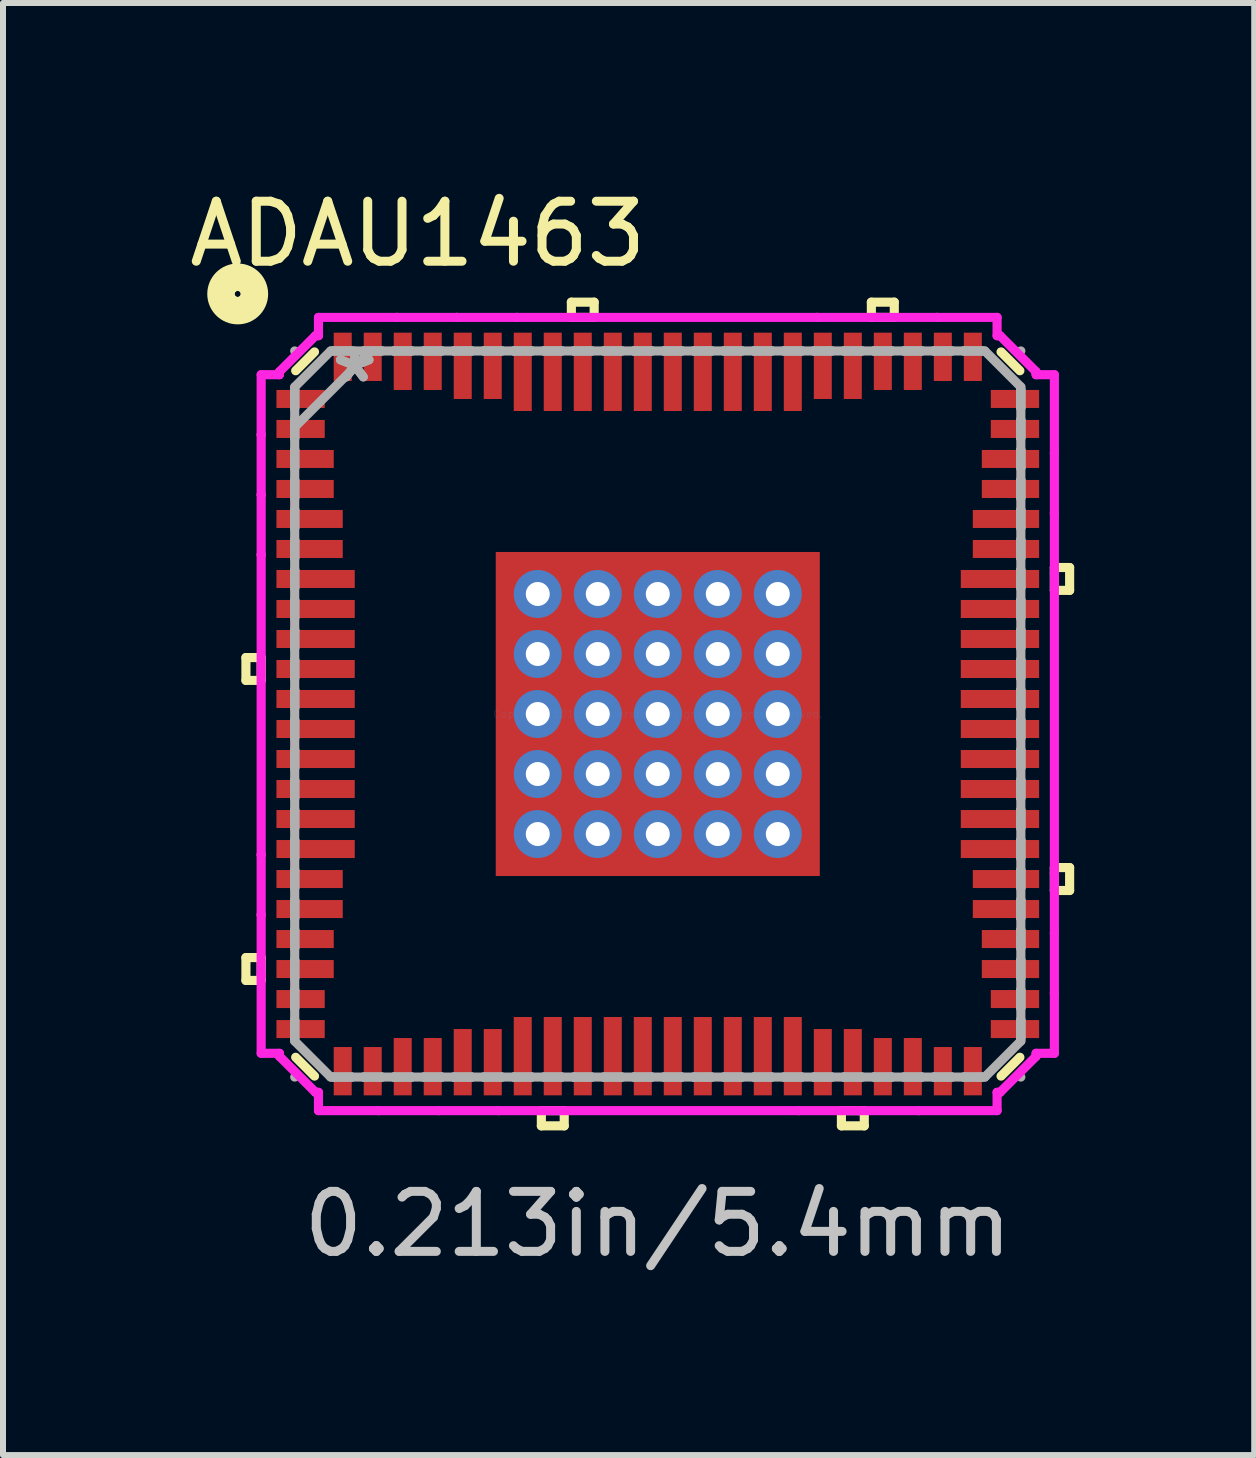
<source format=kicad_pcb>
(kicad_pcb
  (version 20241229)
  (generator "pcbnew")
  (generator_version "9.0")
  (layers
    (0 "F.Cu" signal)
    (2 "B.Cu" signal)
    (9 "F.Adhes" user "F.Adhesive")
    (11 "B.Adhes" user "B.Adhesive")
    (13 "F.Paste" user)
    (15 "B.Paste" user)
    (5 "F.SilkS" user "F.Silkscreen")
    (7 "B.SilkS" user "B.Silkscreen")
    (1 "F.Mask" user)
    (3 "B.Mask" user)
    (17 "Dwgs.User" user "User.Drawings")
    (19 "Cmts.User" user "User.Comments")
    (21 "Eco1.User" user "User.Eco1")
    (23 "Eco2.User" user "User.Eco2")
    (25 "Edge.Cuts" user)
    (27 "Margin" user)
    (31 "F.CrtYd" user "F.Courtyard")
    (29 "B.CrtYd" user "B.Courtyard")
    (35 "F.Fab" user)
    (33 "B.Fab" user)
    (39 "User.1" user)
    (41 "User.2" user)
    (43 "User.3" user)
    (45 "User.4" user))
  (footprint "ADAU1463"
    (layer "F.Cu")
    (at 7.911 8.848)
    (property "Reference" "ADAU1463" (at -4 -8 0) (layer "F.SilkS") (effects (font (size 1 1) (thickness 0.15))))
    (attr through_hole)
    (fp_line (start -6.863 -0.941) (end -6.863 -0.56) (stroke (width 0.152) (type solid)) (layer "F.SilkS"))
    (fp_line (start -6.863 -0.56) (end -6.609 -0.56) (stroke (width 0.152) (type solid)) (layer "F.SilkS"))
    (fp_line (start -6.863 4.059) (end -6.863 4.44) (stroke (width 0.152) (type solid)) (layer "F.SilkS"))
    (fp_line (start -6.863 4.44) (end -6.609 4.44) (stroke (width 0.152) (type solid)) (layer "F.SilkS"))
    (fp_line (start -6.609 -0.941) (end -6.863 -0.941) (stroke (width 0.152) (type solid)) (layer "F.SilkS"))
    (fp_line (start -6.609 -0.56) (end -6.609 -0.941) (stroke (width 0.152) (type solid)) (layer "F.SilkS"))
    (fp_line (start -6.609 4.059) (end -6.863 4.059) (stroke (width 0.152) (type solid)) (layer "F.SilkS"))
    (fp_line (start -6.609 4.44) (end -6.609 4.059) (stroke (width 0.152) (type solid)) (layer "F.SilkS"))
    (fp_line (start -6.034 -5.72) (end -5.72 -6.034) (stroke (width 0.152) (type solid)) (layer "F.SilkS"))
    (fp_line (start -6.034 5.72) (end -5.72 6.034) (stroke (width 0.152) (type solid)) (layer "F.SilkS"))
    (fp_line (start -1.94 6.609) (end -1.94 6.863) (stroke (width 0.152) (type solid)) (layer "F.SilkS"))
    (fp_line (start -1.94 6.863) (end -1.559 6.863) (stroke (width 0.152) (type solid)) (layer "F.SilkS"))
    (fp_line (start -1.559 6.609) (end -1.94 6.609) (stroke (width 0.152) (type solid)) (layer "F.SilkS"))
    (fp_line (start -1.559 6.863) (end -1.559 6.609) (stroke (width 0.152) (type solid)) (layer "F.SilkS"))
    (fp_line (start -1.44 -6.863) (end -1.06 -6.863) (stroke (width 0.152) (type solid)) (layer "F.SilkS"))
    (fp_line (start -1.44 -6.609) (end -1.44 -6.863) (stroke (width 0.152) (type solid)) (layer "F.SilkS"))
    (fp_line (start -1.06 -6.863) (end -1.06 -6.609) (stroke (width 0.152) (type solid)) (layer "F.SilkS"))
    (fp_line (start -1.06 -6.609) (end -1.44 -6.609) (stroke (width 0.152) (type solid)) (layer "F.SilkS"))
    (fp_line (start 3.06 6.609) (end 3.06 6.863) (stroke (width 0.152) (type solid)) (layer "F.SilkS"))
    (fp_line (start 3.06 6.863) (end 3.441 6.863) (stroke (width 0.152) (type solid)) (layer "F.SilkS"))
    (fp_line (start 3.441 6.609) (end 3.06 6.609) (stroke (width 0.152) (type solid)) (layer "F.SilkS"))
    (fp_line (start 3.441 6.863) (end 3.441 6.609) (stroke (width 0.152) (type solid)) (layer "F.SilkS"))
    (fp_line (start 3.559 -6.863) (end 3.941 -6.863) (stroke (width 0.152) (type solid)) (layer "F.SilkS"))
    (fp_line (start 3.559 -6.609) (end 3.559 -6.863) (stroke (width 0.152) (type solid)) (layer "F.SilkS"))
    (fp_line (start 3.941 -6.863) (end 3.941 -6.609) (stroke (width 0.152) (type solid)) (layer "F.SilkS"))
    (fp_line (start 3.941 -6.609) (end 3.559 -6.609) (stroke (width 0.152) (type solid)) (layer "F.SilkS"))
    (fp_line (start 5.72 -6.034) (end 6.034 -5.72) (stroke (width 0.152) (type solid)) (layer "F.SilkS"))
    (fp_line (start 5.72 6.034) (end 6.034 5.72) (stroke (width 0.152) (type solid)) (layer "F.SilkS"))
    (fp_line (start 6.609 -2.441) (end 6.863 -2.441) (stroke (width 0.152) (type solid)) (layer "F.SilkS"))
    (fp_line (start 6.609 -2.06) (end 6.609 -2.441) (stroke (width 0.152) (type solid)) (layer "F.SilkS"))
    (fp_line (start 6.609 2.559) (end 6.863 2.559) (stroke (width 0.152) (type solid)) (layer "F.SilkS"))
    (fp_line (start 6.609 2.941) (end 6.609 2.559) (stroke (width 0.152) (type solid)) (layer "F.SilkS"))
    (fp_line (start 6.863 -2.441) (end 6.863 -2.06) (stroke (width 0.152) (type solid)) (layer "F.SilkS"))
    (fp_line (start 6.863 -2.06) (end 6.609 -2.06) (stroke (width 0.152) (type solid)) (layer "F.SilkS"))
    (fp_line (start 6.863 2.559) (end 6.863 2.941) (stroke (width 0.152) (type solid)) (layer "F.SilkS"))
    (fp_line (start 6.863 2.941) (end 6.609 2.941) (stroke (width 0.152) (type solid)) (layer "F.SilkS"))
    (fp_circle (center -7 -7) (end -6.95 -7) (stroke (width 0.12) (type solid)) (fill no) (layer "F.SilkS"))
    (fp_circle (center -7 -7) (end -6.9 -6.95) (stroke (width 0.12) (type solid)) (fill no) (layer "F.SilkS"))
    (fp_circle (center -7 -7) (end -6.85 -6.9) (stroke (width 0.12) (type solid)) (fill no) (layer "F.SilkS"))
    (fp_circle (center -7 -7) (end -6.8 -6.85) (stroke (width 0.12) (type solid)) (fill no) (layer "F.SilkS"))
    (fp_circle (center -7 -7) (end -6.75 -6.85) (stroke (width 0.12) (type solid)) (fill no) (layer "F.SilkS"))
    (fp_circle (center -7 -7) (end -6.7 -6.8) (stroke (width 0.12) (type solid)) (fill no) (layer "F.SilkS"))
    (fp_circle (center -7 -7) (end -6.6 -6.8) (stroke (width 0.12) (type solid)) (fill no) (layer "F.SilkS"))
    (fp_line (start -2.6 -2.6) (end -2.6 -1.45) (stroke (width 0.152) (type solid)) (layer "F.Paste"))
    (fp_line (start -2.6 -1.45) (end -1.45 -1.45) (stroke (width 0.152) (type solid)) (layer "F.Paste"))
    (fp_line (start -2.6 -1.25) (end -2.6 -0.1) (stroke (width 0.152) (type solid)) (layer "F.Paste"))
    (fp_line (start -2.6 -0.1) (end -1.45 -0.1) (stroke (width 0.152) (type solid)) (layer "F.Paste"))
    (fp_line (start -2.6 0.1) (end -2.6 1.25) (stroke (width 0.152) (type solid)) (layer "F.Paste"))
    (fp_line (start -2.6 1.25) (end -1.45 1.25) (stroke (width 0.152) (type solid)) (layer "F.Paste"))
    (fp_line (start -2.6 1.45) (end -2.6 2.6) (stroke (width 0.152) (type solid)) (layer "F.Paste"))
    (fp_line (start -2.6 2.6) (end -1.45 2.6) (stroke (width 0.152) (type solid)) (layer "F.Paste"))
    (fp_line (start -1.45 -2.6) (end -2.6 -2.6) (stroke (width 0.152) (type solid)) (layer "F.Paste"))
    (fp_line (start -1.45 -1.45) (end -1.45 -2.6) (stroke (width 0.152) (type solid)) (layer "F.Paste"))
    (fp_line (start -1.45 -1.25) (end -2.6 -1.25) (stroke (width 0.152) (type solid)) (layer "F.Paste"))
    (fp_line (start -1.45 -0.1) (end -1.45 -1.25) (stroke (width 0.152) (type solid)) (layer "F.Paste"))
    (fp_line (start -1.45 0.1) (end -2.6 0.1) (stroke (width 0.152) (type solid)) (layer "F.Paste"))
    (fp_line (start -1.45 1.25) (end -1.45 0.1) (stroke (width 0.152) (type solid)) (layer "F.Paste"))
    (fp_line (start -1.45 1.45) (end -2.6 1.45) (stroke (width 0.152) (type solid)) (layer "F.Paste"))
    (fp_line (start -1.45 2.6) (end -1.45 1.45) (stroke (width 0.152) (type solid)) (layer "F.Paste"))
    (fp_line (start -1.25 -2.6) (end -1.25 -1.45) (stroke (width 0.152) (type solid)) (layer "F.Paste"))
    (fp_line (start -1.25 -1.45) (end -0.1 -1.45) (stroke (width 0.152) (type solid)) (layer "F.Paste"))
    (fp_line (start -1.25 -1.25) (end -1.25 -0.1) (stroke (width 0.152) (type solid)) (layer "F.Paste"))
    (fp_line (start -1.25 -0.1) (end -0.1 -0.1) (stroke (width 0.152) (type solid)) (layer "F.Paste"))
    (fp_line (start -1.25 0.1) (end -1.25 1.25) (stroke (width 0.152) (type solid)) (layer "F.Paste"))
    (fp_line (start -1.25 1.25) (end -0.1 1.25) (stroke (width 0.152) (type solid)) (layer "F.Paste"))
    (fp_line (start -1.25 1.45) (end -1.25 2.6) (stroke (width 0.152) (type solid)) (layer "F.Paste"))
    (fp_line (start -1.25 2.6) (end -0.1 2.6) (stroke (width 0.152) (type solid)) (layer "F.Paste"))
    (fp_line (start -0.1 -2.6) (end -1.25 -2.6) (stroke (width 0.152) (type solid)) (layer "F.Paste"))
    (fp_line (start -0.1 -1.45) (end -0.1 -2.6) (stroke (width 0.152) (type solid)) (layer "F.Paste"))
    (fp_line (start -0.1 -1.25) (end -1.25 -1.25) (stroke (width 0.152) (type solid)) (layer "F.Paste"))
    (fp_line (start -0.1 -0.1) (end -0.1 -1.25) (stroke (width 0.152) (type solid)) (layer "F.Paste"))
    (fp_line (start -0.1 0.1) (end -1.25 0.1) (stroke (width 0.152) (type solid)) (layer "F.Paste"))
    (fp_line (start -0.1 1.25) (end -0.1 0.1) (stroke (width 0.152) (type solid)) (layer "F.Paste"))
    (fp_line (start -0.1 1.45) (end -1.25 1.45) (stroke (width 0.152) (type solid)) (layer "F.Paste"))
    (fp_line (start -0.1 2.6) (end -0.1 1.45) (stroke (width 0.152) (type solid)) (layer "F.Paste"))
    (fp_line (start 0.1 -2.6) (end 0.1 -1.45) (stroke (width 0.152) (type solid)) (layer "F.Paste"))
    (fp_line (start 0.1 -1.45) (end 1.25 -1.45) (stroke (width 0.152) (type solid)) (layer "F.Paste"))
    (fp_line (start 0.1 -1.25) (end 0.1 -0.1) (stroke (width 0.152) (type solid)) (layer "F.Paste"))
    (fp_line (start 0.1 -0.1) (end 1.25 -0.1) (stroke (width 0.152) (type solid)) (layer "F.Paste"))
    (fp_line (start 0.1 0.1) (end 0.1 1.25) (stroke (width 0.152) (type solid)) (layer "F.Paste"))
    (fp_line (start 0.1 1.25) (end 1.25 1.25) (stroke (width 0.152) (type solid)) (layer "F.Paste"))
    (fp_line (start 0.1 1.45) (end 0.1 2.6) (stroke (width 0.152) (type solid)) (layer "F.Paste"))
    (fp_line (start 0.1 2.6) (end 1.25 2.6) (stroke (width 0.152) (type solid)) (layer "F.Paste"))
    (fp_line (start 1.25 -2.6) (end 0.1 -2.6) (stroke (width 0.152) (type solid)) (layer "F.Paste"))
    (fp_line (start 1.25 -1.45) (end 1.25 -2.6) (stroke (width 0.152) (type solid)) (layer "F.Paste"))
    (fp_line (start 1.25 -1.25) (end 0.1 -1.25) (stroke (width 0.152) (type solid)) (layer "F.Paste"))
    (fp_line (start 1.25 -0.1) (end 1.25 -1.25) (stroke (width 0.152) (type solid)) (layer "F.Paste"))
    (fp_line (start 1.25 0.1) (end 0.1 0.1) (stroke (width 0.152) (type solid)) (layer "F.Paste"))
    (fp_line (start 1.25 1.25) (end 1.25 0.1) (stroke (width 0.152) (type solid)) (layer "F.Paste"))
    (fp_line (start 1.25 1.45) (end 0.1 1.45) (stroke (width 0.152) (type solid)) (layer "F.Paste"))
    (fp_line (start 1.25 2.6) (end 1.25 1.45) (stroke (width 0.152) (type solid)) (layer "F.Paste"))
    (fp_line (start 1.45 -2.6) (end 1.45 -1.45) (stroke (width 0.152) (type solid)) (layer "F.Paste"))
    (fp_line (start 1.45 -1.45) (end 2.6 -1.45) (stroke (width 0.152) (type solid)) (layer "F.Paste"))
    (fp_line (start 1.45 -1.25) (end 1.45 -0.1) (stroke (width 0.152) (type solid)) (layer "F.Paste"))
    (fp_line (start 1.45 -0.1) (end 2.6 -0.1) (stroke (width 0.152) (type solid)) (layer "F.Paste"))
    (fp_line (start 1.45 0.1) (end 1.45 1.25) (stroke (width 0.152) (type solid)) (layer "F.Paste"))
    (fp_line (start 1.45 1.25) (end 2.6 1.25) (stroke (width 0.152) (type solid)) (layer "F.Paste"))
    (fp_line (start 1.45 1.45) (end 1.45 2.6) (stroke (width 0.152) (type solid)) (layer "F.Paste"))
    (fp_line (start 1.45 2.6) (end 2.6 2.6) (stroke (width 0.152) (type solid)) (layer "F.Paste"))
    (fp_line (start 2.6 -2.6) (end 1.45 -2.6) (stroke (width 0.152) (type solid)) (layer "F.Paste"))
    (fp_line (start 2.6 -1.45) (end 2.6 -2.6) (stroke (width 0.152) (type solid)) (layer "F.Paste"))
    (fp_line (start 2.6 -1.25) (end 1.45 -1.25) (stroke (width 0.152) (type solid)) (layer "F.Paste"))
    (fp_line (start 2.6 -0.1) (end 2.6 -1.25) (stroke (width 0.152) (type solid)) (layer "F.Paste"))
    (fp_line (start 2.6 0.1) (end 1.45 0.1) (stroke (width 0.152) (type solid)) (layer "F.Paste"))
    (fp_line (start 2.6 1.25) (end 2.6 0.1) (stroke (width 0.152) (type solid)) (layer "F.Paste"))
    (fp_line (start 2.6 1.45) (end 1.45 1.45) (stroke (width 0.152) (type solid)) (layer "F.Paste"))
    (fp_line (start 2.6 2.6) (end 2.6 1.45) (stroke (width 0.152) (type solid)) (layer "F.Paste"))
    (fp_line (start -6.609 -3.654) (end -6.609 -2.654) (stroke (width 0.152) (type solid)) (layer "F.CrtYd"))
    (fp_line (start -6.609 -2.654) (end -6.609 -2.654) (stroke (width 0.152) (type solid)) (layer "F.CrtYd"))
    (fp_line (start -6.609 2.346) (end -6.609 3.346) (stroke (width 0.152) (type solid)) (layer "F.CrtYd"))
    (fp_line (start -6.609 3.346) (end -6.609 3.346) (stroke (width 0.152) (type solid)) (layer "F.CrtYd"))
    (fp_line (start -6.609 -5.654) (end -6.609 -4.654) (stroke (width 0.152) (type solid)) (layer "F.CrtYd"))
    (fp_line (start -6.609 -4.654) (end -6.609 -4.654) (stroke (width 0.152) (type solid)) (layer "F.CrtYd"))
    (fp_line (start -6.609 -2.654) (end -6.609 2.346) (stroke (width 0.152) (type solid)) (layer "F.CrtYd"))
    (fp_line (start -6.609 2.346) (end -6.609 2.346) (stroke (width 0.152) (type solid)) (layer "F.CrtYd"))
    (fp_line (start -6.609 4.346) (end -6.609 5.654) (stroke (width 0.152) (type solid)) (layer "F.CrtYd"))
    (fp_line (start -6.609 5.654) (end -6.304 5.654) (stroke (width 0.152) (type solid)) (layer "F.CrtYd"))
    (fp_line (start -6.609 -4.654) (end -6.609 -3.654) (stroke (width 0.152) (type solid)) (layer "F.CrtYd"))
    (fp_line (start -6.609 -3.654) (end -6.609 -3.654) (stroke (width 0.152) (type solid)) (layer "F.CrtYd"))
    (fp_line (start -6.609 3.346) (end -6.609 4.346) (stroke (width 0.152) (type solid)) (layer "F.CrtYd"))
    (fp_line (start -6.609 4.346) (end -6.609 4.346) (stroke (width 0.152) (type solid)) (layer "F.CrtYd"))
    (fp_line (start -6.304 -5.704) (end -6.304 -5.654) (stroke (width 0.152) (type solid)) (layer "F.CrtYd"))
    (fp_line (start -6.304 -5.654) (end -6.609 -5.654) (stroke (width 0.152) (type solid)) (layer "F.CrtYd"))
    (fp_line (start -6.304 5.654) (end -6.304 5.704) (stroke (width 0.152) (type solid)) (layer "F.CrtYd"))
    (fp_line (start -6.304 5.704) (end -5.704 6.304) (stroke (width 0.152) (type solid)) (layer "F.CrtYd"))
    (fp_line (start -5.704 -6.304) (end -6.304 -5.704) (stroke (width 0.152) (type solid)) (layer "F.CrtYd"))
    (fp_line (start -5.704 6.304) (end -5.654 6.304) (stroke (width 0.152) (type solid)) (layer "F.CrtYd"))
    (fp_line (start -5.654 -6.609) (end -5.654 -6.304) (stroke (width 0.152) (type solid)) (layer "F.CrtYd"))
    (fp_line (start -5.654 -6.304) (end -5.704 -6.304) (stroke (width 0.152) (type solid)) (layer "F.CrtYd"))
    (fp_line (start -5.654 6.304) (end -5.654 6.609) (stroke (width 0.152) (type solid)) (layer "F.CrtYd"))
    (fp_line (start -5.654 6.609) (end -4.654 6.609) (stroke (width 0.152) (type solid)) (layer "F.CrtYd"))
    (fp_line (start -4.654 6.609) (end -3.654 6.609) (stroke (width 0.152) (type solid)) (layer "F.CrtYd"))
    (fp_line (start -4.654 6.609) (end -4.654 6.609) (stroke (width 0.152) (type solid)) (layer "F.CrtYd"))
    (fp_line (start -4.346 -6.609) (end -5.654 -6.609) (stroke (width 0.152) (type solid)) (layer "F.CrtYd"))
    (fp_line (start -4.346 -6.609) (end -4.346 -6.609) (stroke (width 0.152) (type solid)) (layer "F.CrtYd"))
    (fp_line (start -3.654 6.609) (end -3.654 6.609) (stroke (width 0.152) (type solid)) (layer "F.CrtYd"))
    (fp_line (start -3.654 6.609) (end -2.654 6.609) (stroke (width 0.152) (type solid)) (layer "F.CrtYd"))
    (fp_line (start -3.346 -6.609) (end -3.346 -6.609) (stroke (width 0.152) (type solid)) (layer "F.CrtYd"))
    (fp_line (start -3.346 -6.609) (end -4.346 -6.609) (stroke (width 0.152) (type solid)) (layer "F.CrtYd"))
    (fp_line (start -2.654 6.609) (end 2.346 6.609) (stroke (width 0.152) (type solid)) (layer "F.CrtYd"))
    (fp_line (start -2.654 6.609) (end -2.654 6.609) (stroke (width 0.152) (type solid)) (layer "F.CrtYd"))
    (fp_line (start -2.346 -6.609) (end -3.346 -6.609) (stroke (width 0.152) (type solid)) (layer "F.CrtYd"))
    (fp_line (start -2.346 -6.609) (end -2.346 -6.609) (stroke (width 0.152) (type solid)) (layer "F.CrtYd"))
    (fp_line (start 2.346 6.609) (end 2.346 6.609) (stroke (width 0.152) (type solid)) (layer "F.CrtYd"))
    (fp_line (start 2.346 6.609) (end 3.346 6.609) (stroke (width 0.152) (type solid)) (layer "F.CrtYd"))
    (fp_line (start 2.654 -6.609) (end 2.654 -6.609) (stroke (width 0.152) (type solid)) (layer "F.CrtYd"))
    (fp_line (start 2.654 -6.609) (end -2.346 -6.609) (stroke (width 0.152) (type solid)) (layer "F.CrtYd"))
    (fp_line (start 3.346 6.609) (end 4.346 6.609) (stroke (width 0.152) (type solid)) (layer "F.CrtYd"))
    (fp_line (start 3.346 6.609) (end 3.346 6.609) (stroke (width 0.152) (type solid)) (layer "F.CrtYd"))
    (fp_line (start 3.654 -6.609) (end 2.654 -6.609) (stroke (width 0.152) (type solid)) (layer "F.CrtYd"))
    (fp_line (start 3.654 -6.609) (end 3.654 -6.609) (stroke (width 0.152) (type solid)) (layer "F.CrtYd"))
    (fp_line (start 4.346 6.609) (end 4.346 6.609) (stroke (width 0.152) (type solid)) (layer "F.CrtYd"))
    (fp_line (start 4.346 6.609) (end 5.654 6.609) (stroke (width 0.152) (type solid)) (layer "F.CrtYd"))
    (fp_line (start 4.654 -6.609) (end 4.654 -6.609) (stroke (width 0.152) (type solid)) (layer "F.CrtYd"))
    (fp_line (start 4.654 -6.609) (end 3.654 -6.609) (stroke (width 0.152) (type solid)) (layer "F.CrtYd"))
    (fp_line (start 5.654 -6.609) (end 4.654 -6.609) (stroke (width 0.152) (type solid)) (layer "F.CrtYd"))
    (fp_line (start 5.654 -6.304) (end 5.654 -6.609) (stroke (width 0.152) (type solid)) (layer "F.CrtYd"))
    (fp_line (start 5.654 6.304) (end 5.704 6.304) (stroke (width 0.152) (type solid)) (layer "F.CrtYd"))
    (fp_line (start 5.654 6.609) (end 5.654 6.304) (stroke (width 0.152) (type solid)) (layer "F.CrtYd"))
    (fp_line (start 5.704 -6.304) (end 5.654 -6.304) (stroke (width 0.152) (type solid)) (layer "F.CrtYd"))
    (fp_line (start 5.704 6.304) (end 6.304 5.704) (stroke (width 0.152) (type solid)) (layer "F.CrtYd"))
    (fp_line (start 6.304 -5.704) (end 5.704 -6.304) (stroke (width 0.152) (type solid)) (layer "F.CrtYd"))
    (fp_line (start 6.304 -5.654) (end 6.304 -5.704) (stroke (width 0.152) (type solid)) (layer "F.CrtYd"))
    (fp_line (start 6.304 5.654) (end 6.609 5.654) (stroke (width 0.152) (type solid)) (layer "F.CrtYd"))
    (fp_line (start 6.304 5.704) (end 6.304 5.654) (stroke (width 0.152) (type solid)) (layer "F.CrtYd"))
    (fp_line (start 6.609 -4.346) (end 6.609 -4.346) (stroke (width 0.152) (type solid)) (layer "F.CrtYd"))
    (fp_line (start 6.609 -3.346) (end 6.609 -4.346) (stroke (width 0.152) (type solid)) (layer "F.CrtYd"))
    (fp_line (start 6.609 3.654) (end 6.609 3.654) (stroke (width 0.152) (type solid)) (layer "F.CrtYd"))
    (fp_line (start 6.609 4.654) (end 6.609 3.654) (stroke (width 0.152) (type solid)) (layer "F.CrtYd"))
    (fp_line (start 6.609 -5.654) (end 6.304 -5.654) (stroke (width 0.152) (type solid)) (layer "F.CrtYd"))
    (fp_line (start 6.609 -4.346) (end 6.609 -5.654) (stroke (width 0.152) (type solid)) (layer "F.CrtYd"))
    (fp_line (start 6.609 -2.346) (end 6.609 -2.346) (stroke (width 0.152) (type solid)) (layer "F.CrtYd"))
    (fp_line (start 6.609 2.654) (end 6.609 -2.346) (stroke (width 0.152) (type solid)) (layer "F.CrtYd"))
    (fp_line (start 6.609 4.654) (end 6.609 4.654) (stroke (width 0.152) (type solid)) (layer "F.CrtYd"))
    (fp_line (start 6.609 5.654) (end 6.609 4.654) (stroke (width 0.152) (type solid)) (layer "F.CrtYd"))
    (fp_line (start 6.609 -3.346) (end 6.609 -3.346) (stroke (width 0.152) (type solid)) (layer "F.CrtYd"))
    (fp_line (start 6.609 -2.346) (end 6.609 -3.346) (stroke (width 0.152) (type solid)) (layer "F.CrtYd"))
    (fp_line (start 6.609 2.654) (end 6.609 2.654) (stroke (width 0.152) (type solid)) (layer "F.CrtYd"))
    (fp_line (start 6.609 3.654) (end 6.609 2.654) (stroke (width 0.152) (type solid)) (layer "F.CrtYd"))
    (fp_line (start -6.05 -6.05) (end -6.05 -6.05) (stroke (width 0.152) (type solid)) (layer "F.Fab"))
    (fp_line (start -6.05 -5.45) (end -6.05 5.45) (stroke (width 0.152) (type solid)) (layer "F.Fab"))
    (fp_line (start -6.05 -5.45) (end -5.45 -6.05) (stroke (width 0.152) (type solid)) (layer "F.Fab"))
    (fp_line (start -6.05 -5.4) (end -6.05 -5.4) (stroke (width 0.152) (type solid)) (layer "F.Fab"))
    (fp_line (start -6.05 -5.4) (end -6.05 -5.1) (stroke (width 0.152) (type solid)) (layer "F.Fab"))
    (fp_line (start -6.05 -5.1) (end -6.05 -5.4) (stroke (width 0.152) (type solid)) (layer "F.Fab"))
    (fp_line (start -6.05 -5.1) (end -6.05 -5.1) (stroke (width 0.152) (type solid)) (layer "F.Fab"))
    (fp_line (start -6.05 -4.9) (end -6.05 -4.9) (stroke (width 0.152) (type solid)) (layer "F.Fab"))
    (fp_line (start -6.05 -4.9) (end -6.05 -4.6) (stroke (width 0.152) (type solid)) (layer "F.Fab"))
    (fp_line (start -6.05 -4.78) (end -4.78 -6.05) (stroke (width 0.152) (type solid)) (layer "F.Fab"))
    (fp_line (start -6.05 -4.6) (end -6.05 -4.9) (stroke (width 0.152) (type solid)) (layer "F.Fab"))
    (fp_line (start -6.05 -4.6) (end -6.05 -4.6) (stroke (width 0.152) (type solid)) (layer "F.Fab"))
    (fp_line (start -6.05 -4.4) (end -6.05 -4.4) (stroke (width 0.152) (type solid)) (layer "F.Fab"))
    (fp_line (start -6.05 -4.4) (end -6.05 -4.1) (stroke (width 0.152) (type solid)) (layer "F.Fab"))
    (fp_line (start -6.05 -4.1) (end -6.05 -4.4) (stroke (width 0.152) (type solid)) (layer "F.Fab"))
    (fp_line (start -6.05 -4.1) (end -6.05 -4.1) (stroke (width 0.152) (type solid)) (layer "F.Fab"))
    (fp_line (start -6.05 -3.9) (end -6.05 -3.9) (stroke (width 0.152) (type solid)) (layer "F.Fab"))
    (fp_line (start -6.05 -3.9) (end -6.05 -3.6) (stroke (width 0.152) (type solid)) (layer "F.Fab"))
    (fp_line (start -6.05 -3.6) (end -6.05 -3.9) (stroke (width 0.152) (type solid)) (layer "F.Fab"))
    (fp_line (start -6.05 -3.6) (end -6.05 -3.6) (stroke (width 0.152) (type solid)) (layer "F.Fab"))
    (fp_line (start -6.05 -3.4) (end -6.05 -3.4) (stroke (width 0.152) (type solid)) (layer "F.Fab"))
    (fp_line (start -6.05 -3.4) (end -6.05 -3.1) (stroke (width 0.152) (type solid)) (layer "F.Fab"))
    (fp_line (start -6.05 -3.1) (end -6.05 -3.4) (stroke (width 0.152) (type solid)) (layer "F.Fab"))
    (fp_line (start -6.05 -3.1) (end -6.05 -3.1) (stroke (width 0.152) (type solid)) (layer "F.Fab"))
    (fp_line (start -6.05 -2.9) (end -6.05 -2.9) (stroke (width 0.152) (type solid)) (layer "F.Fab"))
    (fp_line (start -6.05 -2.9) (end -6.05 -2.6) (stroke (width 0.152) (type solid)) (layer "F.Fab"))
    (fp_line (start -6.05 -2.6) (end -6.05 -2.9) (stroke (width 0.152) (type solid)) (layer "F.Fab"))
    (fp_line (start -6.05 -2.6) (end -6.05 -2.6) (stroke (width 0.152) (type solid)) (layer "F.Fab"))
    (fp_line (start -6.05 -2.4) (end -6.05 -2.4) (stroke (width 0.152) (type solid)) (layer "F.Fab"))
    (fp_line (start -6.05 -2.4) (end -6.05 -2.1) (stroke (width 0.152) (type solid)) (layer "F.Fab"))
    (fp_line (start -6.05 -2.1) (end -6.05 -2.4) (stroke (width 0.152) (type solid)) (layer "F.Fab"))
    (fp_line (start -6.05 -2.1) (end -6.05 -2.1) (stroke (width 0.152) (type solid)) (layer "F.Fab"))
    (fp_line (start -6.05 -1.9) (end -6.05 -1.9) (stroke (width 0.152) (type solid)) (layer "F.Fab"))
    (fp_line (start -6.05 -1.9) (end -6.05 -1.6) (stroke (width 0.152) (type solid)) (layer "F.Fab"))
    (fp_line (start -6.05 -1.6) (end -6.05 -1.9) (stroke (width 0.152) (type solid)) (layer "F.Fab"))
    (fp_line (start -6.05 -1.6) (end -6.05 -1.6) (stroke (width 0.152) (type solid)) (layer "F.Fab"))
    (fp_line (start -6.05 -1.4) (end -6.05 -1.4) (stroke (width 0.152) (type solid)) (layer "F.Fab"))
    (fp_line (start -6.05 -1.4) (end -6.05 -1.1) (stroke (width 0.152) (type solid)) (layer "F.Fab"))
    (fp_line (start -6.05 -1.1) (end -6.05 -1.4) (stroke (width 0.152) (type solid)) (layer "F.Fab"))
    (fp_line (start -6.05 -1.1) (end -6.05 -1.1) (stroke (width 0.152) (type solid)) (layer "F.Fab"))
    (fp_line (start -6.05 -0.9) (end -6.05 -0.9) (stroke (width 0.152) (type solid)) (layer "F.Fab"))
    (fp_line (start -6.05 -0.9) (end -6.05 -0.6) (stroke (width 0.152) (type solid)) (layer "F.Fab"))
    (fp_line (start -6.05 -0.6) (end -6.05 -0.9) (stroke (width 0.152) (type solid)) (layer "F.Fab"))
    (fp_line (start -6.05 -0.6) (end -6.05 -0.6) (stroke (width 0.152) (type solid)) (layer "F.Fab"))
    (fp_line (start -6.05 -0.4) (end -6.05 -0.4) (stroke (width 0.152) (type solid)) (layer "F.Fab"))
    (fp_line (start -6.05 -0.4) (end -6.05 -0.1) (stroke (width 0.152) (type solid)) (layer "F.Fab"))
    (fp_line (start -6.05 -0.1) (end -6.05 -0.4) (stroke (width 0.152) (type solid)) (layer "F.Fab"))
    (fp_line (start -6.05 -0.1) (end -6.05 -0.1) (stroke (width 0.152) (type solid)) (layer "F.Fab"))
    (fp_line (start -6.05 0.1) (end -6.05 0.1) (stroke (width 0.152) (type solid)) (layer "F.Fab"))
    (fp_line (start -6.05 0.1) (end -6.05 0.4) (stroke (width 0.152) (type solid)) (layer "F.Fab"))
    (fp_line (start -6.05 0.4) (end -6.05 0.1) (stroke (width 0.152) (type solid)) (layer "F.Fab"))
    (fp_line (start -6.05 0.4) (end -6.05 0.4) (stroke (width 0.152) (type solid)) (layer "F.Fab"))
    (fp_line (start -6.05 0.6) (end -6.05 0.6) (stroke (width 0.152) (type solid)) (layer "F.Fab"))
    (fp_line (start -6.05 0.6) (end -6.05 0.9) (stroke (width 0.152) (type solid)) (layer "F.Fab"))
    (fp_line (start -6.05 0.9) (end -6.05 0.6) (stroke (width 0.152) (type solid)) (layer "F.Fab"))
    (fp_line (start -6.05 0.9) (end -6.05 0.9) (stroke (width 0.152) (type solid)) (layer "F.Fab"))
    (fp_line (start -6.05 1.1) (end -6.05 1.1) (stroke (width 0.152) (type solid)) (layer "F.Fab"))
    (fp_line (start -6.05 1.1) (end -6.05 1.4) (stroke (width 0.152) (type solid)) (layer "F.Fab"))
    (fp_line (start -6.05 1.4) (end -6.05 1.1) (stroke (width 0.152) (type solid)) (layer "F.Fab"))
    (fp_line (start -6.05 1.4) (end -6.05 1.4) (stroke (width 0.152) (type solid)) (layer "F.Fab"))
    (fp_line (start -6.05 1.6) (end -6.05 1.6) (stroke (width 0.152) (type solid)) (layer "F.Fab"))
    (fp_line (start -6.05 1.6) (end -6.05 1.9) (stroke (width 0.152) (type solid)) (layer "F.Fab"))
    (fp_line (start -6.05 1.9) (end -6.05 1.6) (stroke (width 0.152) (type solid)) (layer "F.Fab"))
    (fp_line (start -6.05 1.9) (end -6.05 1.9) (stroke (width 0.152) (type solid)) (layer "F.Fab"))
    (fp_line (start -6.05 2.1) (end -6.05 2.1) (stroke (width 0.152) (type solid)) (layer "F.Fab"))
    (fp_line (start -6.05 2.1) (end -6.05 2.4) (stroke (width 0.152) (type solid)) (layer "F.Fab"))
    (fp_line (start -6.05 2.4) (end -6.05 2.1) (stroke (width 0.152) (type solid)) (layer "F.Fab"))
    (fp_line (start -6.05 2.4) (end -6.05 2.4) (stroke (width 0.152) (type solid)) (layer "F.Fab"))
    (fp_line (start -6.05 2.6) (end -6.05 2.6) (stroke (width 0.152) (type solid)) (layer "F.Fab"))
    (fp_line (start -6.05 2.6) (end -6.05 2.9) (stroke (width 0.152) (type solid)) (layer "F.Fab"))
    (fp_line (start -6.05 2.9) (end -6.05 2.6) (stroke (width 0.152) (type solid)) (layer "F.Fab"))
    (fp_line (start -6.05 2.9) (end -6.05 2.9) (stroke (width 0.152) (type solid)) (layer "F.Fab"))
    (fp_line (start -6.05 3.1) (end -6.05 3.1) (stroke (width 0.152) (type solid)) (layer "F.Fab"))
    (fp_line (start -6.05 3.1) (end -6.05 3.4) (stroke (width 0.152) (type solid)) (layer "F.Fab"))
    (fp_line (start -6.05 3.4) (end -6.05 3.1) (stroke (width 0.152) (type solid)) (layer "F.Fab"))
    (fp_line (start -6.05 3.4) (end -6.05 3.4) (stroke (width 0.152) (type solid)) (layer "F.Fab"))
    (fp_line (start -6.05 3.6) (end -6.05 3.6) (stroke (width 0.152) (type solid)) (layer "F.Fab"))
    (fp_line (start -6.05 3.6) (end -6.05 3.9) (stroke (width 0.152) (type solid)) (layer "F.Fab"))
    (fp_line (start -6.05 3.9) (end -6.05 3.6) (stroke (width 0.152) (type solid)) (layer "F.Fab"))
    (fp_line (start -6.05 3.9) (end -6.05 3.9) (stroke (width 0.152) (type solid)) (layer "F.Fab"))
    (fp_line (start -6.05 4.1) (end -6.05 4.1) (stroke (width 0.152) (type solid)) (layer "F.Fab"))
    (fp_line (start -6.05 4.1) (end -6.05 4.4) (stroke (width 0.152) (type solid)) (layer "F.Fab"))
    (fp_line (start -6.05 4.4) (end -6.05 4.1) (stroke (width 0.152) (type solid)) (layer "F.Fab"))
    (fp_line (start -6.05 4.4) (end -6.05 4.4) (stroke (width 0.152) (type solid)) (layer "F.Fab"))
    (fp_line (start -6.05 4.6) (end -6.05 4.6) (stroke (width 0.152) (type solid)) (layer "F.Fab"))
    (fp_line (start -6.05 4.6) (end -6.05 4.9) (stroke (width 0.152) (type solid)) (layer "F.Fab"))
    (fp_line (start -6.05 4.9) (end -6.05 4.6) (stroke (width 0.152) (type solid)) (layer "F.Fab"))
    (fp_line (start -6.05 4.9) (end -6.05 4.9) (stroke (width 0.152) (type solid)) (layer "F.Fab"))
    (fp_line (start -6.05 5.1) (end -6.05 5.1) (stroke (width 0.152) (type solid)) (layer "F.Fab"))
    (fp_line (start -6.05 5.1) (end -6.05 5.4) (stroke (width 0.152) (type solid)) (layer "F.Fab"))
    (fp_line (start -6.05 5.4) (end -6.05 5.1) (stroke (width 0.152) (type solid)) (layer "F.Fab"))
    (fp_line (start -6.05 5.4) (end -6.05 5.4) (stroke (width 0.152) (type solid)) (layer "F.Fab"))
    (fp_line (start -6.05 5.45) (end -5.45 6.05) (stroke (width 0.152) (type solid)) (layer "F.Fab"))
    (fp_line (start -6.05 6.05) (end -6.05 6.05) (stroke (width 0.152) (type solid)) (layer "F.Fab"))
    (fp_line (start -5.45 6.05) (end 5.45 6.05) (stroke (width 0.152) (type solid)) (layer "F.Fab"))
    (fp_line (start -5.4 -6.05) (end -5.4 -6.05) (stroke (width 0.152) (type solid)) (layer "F.Fab"))
    (fp_line (start -5.4 -6.05) (end -5.1 -6.05) (stroke (width 0.152) (type solid)) (layer "F.Fab"))
    (fp_line (start -5.4 6.05) (end -5.4 6.05) (stroke (width 0.152) (type solid)) (layer "F.Fab"))
    (fp_line (start -5.4 6.05) (end -5.1 6.05) (stroke (width 0.152) (type solid)) (layer "F.Fab"))
    (fp_line (start -5.1 -6.05) (end -5.4 -6.05) (stroke (width 0.152) (type solid)) (layer "F.Fab"))
    (fp_line (start -5.1 -6.05) (end -5.1 -6.05) (stroke (width 0.152) (type solid)) (layer "F.Fab"))
    (fp_line (start -5.1 6.05) (end -5.4 6.05) (stroke (width 0.152) (type solid)) (layer "F.Fab"))
    (fp_line (start -5.1 6.05) (end -5.1 6.05) (stroke (width 0.152) (type solid)) (layer "F.Fab"))
    (fp_line (start -4.9 -6.05) (end -4.9 -6.05) (stroke (width 0.152) (type solid)) (layer "F.Fab"))
    (fp_line (start -4.9 -6.05) (end -4.6 -6.05) (stroke (width 0.152) (type solid)) (layer "F.Fab"))
    (fp_line (start -4.9 6.05) (end -4.9 6.05) (stroke (width 0.152) (type solid)) (layer "F.Fab"))
    (fp_line (start -4.9 6.05) (end -4.6 6.05) (stroke (width 0.152) (type solid)) (layer "F.Fab"))
    (fp_line (start -4.6 -6.05) (end -4.9 -6.05) (stroke (width 0.152) (type solid)) (layer "F.Fab"))
    (fp_line (start -4.6 -6.05) (end -4.6 -6.05) (stroke (width 0.152) (type solid)) (layer "F.Fab"))
    (fp_line (start -4.6 6.05) (end -4.9 6.05) (stroke (width 0.152) (type solid)) (layer "F.Fab"))
    (fp_line (start -4.6 6.05) (end -4.6 6.05) (stroke (width 0.152) (type solid)) (layer "F.Fab"))
    (fp_line (start -4.4 -6.05) (end -4.4 -6.05) (stroke (width 0.152) (type solid)) (layer "F.Fab"))
    (fp_line (start -4.4 -6.05) (end -4.1 -6.05) (stroke (width 0.152) (type solid)) (layer "F.Fab"))
    (fp_line (start -4.4 6.05) (end -4.4 6.05) (stroke (width 0.152) (type solid)) (layer "F.Fab"))
    (fp_line (start -4.4 6.05) (end -4.1 6.05) (stroke (width 0.152) (type solid)) (layer "F.Fab"))
    (fp_line (start -4.1 -6.05) (end -4.4 -6.05) (stroke (width 0.152) (type solid)) (layer "F.Fab"))
    (fp_line (start -4.1 -6.05) (end -4.1 -6.05) (stroke (width 0.152) (type solid)) (layer "F.Fab"))
    (fp_line (start -4.1 6.05) (end -4.4 6.05) (stroke (width 0.152) (type solid)) (layer "F.Fab"))
    (fp_line (start -4.1 6.05) (end -4.1 6.05) (stroke (width 0.152) (type solid)) (layer "F.Fab"))
    (fp_line (start -3.9 -6.05) (end -3.9 -6.05) (stroke (width 0.152) (type solid)) (layer "F.Fab"))
    (fp_line (start -3.9 -6.05) (end -3.6 -6.05) (stroke (width 0.152) (type solid)) (layer "F.Fab"))
    (fp_line (start -3.9 6.05) (end -3.9 6.05) (stroke (width 0.152) (type solid)) (layer "F.Fab"))
    (fp_line (start -3.9 6.05) (end -3.6 6.05) (stroke (width 0.152) (type solid)) (layer "F.Fab"))
    (fp_line (start -3.6 -6.05) (end -3.9 -6.05) (stroke (width 0.152) (type solid)) (layer "F.Fab"))
    (fp_line (start -3.6 -6.05) (end -3.6 -6.05) (stroke (width 0.152) (type solid)) (layer "F.Fab"))
    (fp_line (start -3.6 6.05) (end -3.9 6.05) (stroke (width 0.152) (type solid)) (layer "F.Fab"))
    (fp_line (start -3.6 6.05) (end -3.6 6.05) (stroke (width 0.152) (type solid)) (layer "F.Fab"))
    (fp_line (start -3.4 -6.05) (end -3.4 -6.05) (stroke (width 0.152) (type solid)) (layer "F.Fab"))
    (fp_line (start -3.4 -6.05) (end -3.1 -6.05) (stroke (width 0.152) (type solid)) (layer "F.Fab"))
    (fp_line (start -3.4 6.05) (end -3.4 6.05) (stroke (width 0.152) (type solid)) (layer "F.Fab"))
    (fp_line (start -3.4 6.05) (end -3.1 6.05) (stroke (width 0.152) (type solid)) (layer "F.Fab"))
    (fp_line (start -3.1 -6.05) (end -3.4 -6.05) (stroke (width 0.152) (type solid)) (layer "F.Fab"))
    (fp_line (start -3.1 -6.05) (end -3.1 -6.05) (stroke (width 0.152) (type solid)) (layer "F.Fab"))
    (fp_line (start -3.1 6.05) (end -3.4 6.05) (stroke (width 0.152) (type solid)) (layer "F.Fab"))
    (fp_line (start -3.1 6.05) (end -3.1 6.05) (stroke (width 0.152) (type solid)) (layer "F.Fab"))
    (fp_line (start -2.9 -6.05) (end -2.9 -6.05) (stroke (width 0.152) (type solid)) (layer "F.Fab"))
    (fp_line (start -2.9 -6.05) (end -2.6 -6.05) (stroke (width 0.152) (type solid)) (layer "F.Fab"))
    (fp_line (start -2.9 6.05) (end -2.9 6.05) (stroke (width 0.152) (type solid)) (layer "F.Fab"))
    (fp_line (start -2.9 6.05) (end -2.6 6.05) (stroke (width 0.152) (type solid)) (layer "F.Fab"))
    (fp_line (start -2.6 -6.05) (end -2.9 -6.05) (stroke (width 0.152) (type solid)) (layer "F.Fab"))
    (fp_line (start -2.6 -6.05) (end -2.6 -6.05) (stroke (width 0.152) (type solid)) (layer "F.Fab"))
    (fp_line (start -2.6 6.05) (end -2.9 6.05) (stroke (width 0.152) (type solid)) (layer "F.Fab"))
    (fp_line (start -2.6 6.05) (end -2.6 6.05) (stroke (width 0.152) (type solid)) (layer "F.Fab"))
    (fp_line (start -2.4 -6.05) (end -2.4 -6.05) (stroke (width 0.152) (type solid)) (layer "F.Fab"))
    (fp_line (start -2.4 -6.05) (end -2.1 -6.05) (stroke (width 0.152) (type solid)) (layer "F.Fab"))
    (fp_line (start -2.4 6.05) (end -2.4 6.05) (stroke (width 0.152) (type solid)) (layer "F.Fab"))
    (fp_line (start -2.4 6.05) (end -2.1 6.05) (stroke (width 0.152) (type solid)) (layer "F.Fab"))
    (fp_line (start -2.1 -6.05) (end -2.4 -6.05) (stroke (width 0.152) (type solid)) (layer "F.Fab"))
    (fp_line (start -2.1 -6.05) (end -2.1 -6.05) (stroke (width 0.152) (type solid)) (layer "F.Fab"))
    (fp_line (start -2.1 6.05) (end -2.4 6.05) (stroke (width 0.152) (type solid)) (layer "F.Fab"))
    (fp_line (start -2.1 6.05) (end -2.1 6.05) (stroke (width 0.152) (type solid)) (layer "F.Fab"))
    (fp_line (start -1.9 -6.05) (end -1.9 -6.05) (stroke (width 0.152) (type solid)) (layer "F.Fab"))
    (fp_line (start -1.9 -6.05) (end -1.6 -6.05) (stroke (width 0.152) (type solid)) (layer "F.Fab"))
    (fp_line (start -1.9 6.05) (end -1.9 6.05) (stroke (width 0.152) (type solid)) (layer "F.Fab"))
    (fp_line (start -1.9 6.05) (end -1.6 6.05) (stroke (width 0.152) (type solid)) (layer "F.Fab"))
    (fp_line (start -1.6 -6.05) (end -1.9 -6.05) (stroke (width 0.152) (type solid)) (layer "F.Fab"))
    (fp_line (start -1.6 -6.05) (end -1.6 -6.05) (stroke (width 0.152) (type solid)) (layer "F.Fab"))
    (fp_line (start -1.6 6.05) (end -1.9 6.05) (stroke (width 0.152) (type solid)) (layer "F.Fab"))
    (fp_line (start -1.6 6.05) (end -1.6 6.05) (stroke (width 0.152) (type solid)) (layer "F.Fab"))
    (fp_line (start -1.4 -6.05) (end -1.4 -6.05) (stroke (width 0.152) (type solid)) (layer "F.Fab"))
    (fp_line (start -1.4 -6.05) (end -1.1 -6.05) (stroke (width 0.152) (type solid)) (layer "F.Fab"))
    (fp_line (start -1.4 6.05) (end -1.4 6.05) (stroke (width 0.152) (type solid)) (layer "F.Fab"))
    (fp_line (start -1.4 6.05) (end -1.1 6.05) (stroke (width 0.152) (type solid)) (layer "F.Fab"))
    (fp_line (start -1.1 -6.05) (end -1.4 -6.05) (stroke (width 0.152) (type solid)) (layer "F.Fab"))
    (fp_line (start -1.1 -6.05) (end -1.1 -6.05) (stroke (width 0.152) (type solid)) (layer "F.Fab"))
    (fp_line (start -1.1 6.05) (end -1.4 6.05) (stroke (width 0.152) (type solid)) (layer "F.Fab"))
    (fp_line (start -1.1 6.05) (end -1.1 6.05) (stroke (width 0.152) (type solid)) (layer "F.Fab"))
    (fp_line (start -0.9 -6.05) (end -0.9 -6.05) (stroke (width 0.152) (type solid)) (layer "F.Fab"))
    (fp_line (start -0.9 -6.05) (end -0.6 -6.05) (stroke (width 0.152) (type solid)) (layer "F.Fab"))
    (fp_line (start -0.9 6.05) (end -0.9 6.05) (stroke (width 0.152) (type solid)) (layer "F.Fab"))
    (fp_line (start -0.9 6.05) (end -0.6 6.05) (stroke (width 0.152) (type solid)) (layer "F.Fab"))
    (fp_line (start -0.6 -6.05) (end -0.9 -6.05) (stroke (width 0.152) (type solid)) (layer "F.Fab"))
    (fp_line (start -0.6 -6.05) (end -0.6 -6.05) (stroke (width 0.152) (type solid)) (layer "F.Fab"))
    (fp_line (start -0.6 6.05) (end -0.9 6.05) (stroke (width 0.152) (type solid)) (layer "F.Fab"))
    (fp_line (start -0.6 6.05) (end -0.6 6.05) (stroke (width 0.152) (type solid)) (layer "F.Fab"))
    (fp_line (start -0.4 -6.05) (end -0.4 -6.05) (stroke (width 0.152) (type solid)) (layer "F.Fab"))
    (fp_line (start -0.4 -6.05) (end -0.1 -6.05) (stroke (width 0.152) (type solid)) (layer "F.Fab"))
    (fp_line (start -0.4 6.05) (end -0.4 6.05) (stroke (width 0.152) (type solid)) (layer "F.Fab"))
    (fp_line (start -0.4 6.05) (end -0.1 6.05) (stroke (width 0.152) (type solid)) (layer "F.Fab"))
    (fp_line (start -0.1 -6.05) (end -0.4 -6.05) (stroke (width 0.152) (type solid)) (layer "F.Fab"))
    (fp_line (start -0.1 -6.05) (end -0.1 -6.05) (stroke (width 0.152) (type solid)) (layer "F.Fab"))
    (fp_line (start -0.1 6.05) (end -0.4 6.05) (stroke (width 0.152) (type solid)) (layer "F.Fab"))
    (fp_line (start -0.1 6.05) (end -0.1 6.05) (stroke (width 0.152) (type solid)) (layer "F.Fab"))
    (fp_line (start 0.1 -6.05) (end 0.1 -6.05) (stroke (width 0.152) (type solid)) (layer "F.Fab"))
    (fp_line (start 0.1 -6.05) (end 0.4 -6.05) (stroke (width 0.152) (type solid)) (layer "F.Fab"))
    (fp_line (start 0.1 6.05) (end 0.1 6.05) (stroke (width 0.152) (type solid)) (layer "F.Fab"))
    (fp_line (start 0.1 6.05) (end 0.4 6.05) (stroke (width 0.152) (type solid)) (layer "F.Fab"))
    (fp_line (start 0.4 -6.05) (end 0.1 -6.05) (stroke (width 0.152) (type solid)) (layer "F.Fab"))
    (fp_line (start 0.4 -6.05) (end 0.4 -6.05) (stroke (width 0.152) (type solid)) (layer "F.Fab"))
    (fp_line (start 0.4 6.05) (end 0.1 6.05) (stroke (width 0.152) (type solid)) (layer "F.Fab"))
    (fp_line (start 0.4 6.05) (end 0.4 6.05) (stroke (width 0.152) (type solid)) (layer "F.Fab"))
    (fp_line (start 0.6 -6.05) (end 0.6 -6.05) (stroke (width 0.152) (type solid)) (layer "F.Fab"))
    (fp_line (start 0.6 -6.05) (end 0.9 -6.05) (stroke (width 0.152) (type solid)) (layer "F.Fab"))
    (fp_line (start 0.6 6.05) (end 0.6 6.05) (stroke (width 0.152) (type solid)) (layer "F.Fab"))
    (fp_line (start 0.6 6.05) (end 0.9 6.05) (stroke (width 0.152) (type solid)) (layer "F.Fab"))
    (fp_line (start 0.9 -6.05) (end 0.6 -6.05) (stroke (width 0.152) (type solid)) (layer "F.Fab"))
    (fp_line (start 0.9 -6.05) (end 0.9 -6.05) (stroke (width 0.152) (type solid)) (layer "F.Fab"))
    (fp_line (start 0.9 6.05) (end 0.6 6.05) (stroke (width 0.152) (type solid)) (layer "F.Fab"))
    (fp_line (start 0.9 6.05) (end 0.9 6.05) (stroke (width 0.152) (type solid)) (layer "F.Fab"))
    (fp_line (start 1.1 -6.05) (end 1.1 -6.05) (stroke (width 0.152) (type solid)) (layer "F.Fab"))
    (fp_line (start 1.1 -6.05) (end 1.4 -6.05) (stroke (width 0.152) (type solid)) (layer "F.Fab"))
    (fp_line (start 1.1 6.05) (end 1.1 6.05) (stroke (width 0.152) (type solid)) (layer "F.Fab"))
    (fp_line (start 1.1 6.05) (end 1.4 6.05) (stroke (width 0.152) (type solid)) (layer "F.Fab"))
    (fp_line (start 1.4 -6.05) (end 1.1 -6.05) (stroke (width 0.152) (type solid)) (layer "F.Fab"))
    (fp_line (start 1.4 -6.05) (end 1.4 -6.05) (stroke (width 0.152) (type solid)) (layer "F.Fab"))
    (fp_line (start 1.4 6.05) (end 1.1 6.05) (stroke (width 0.152) (type solid)) (layer "F.Fab"))
    (fp_line (start 1.4 6.05) (end 1.4 6.05) (stroke (width 0.152) (type solid)) (layer "F.Fab"))
    (fp_line (start 1.6 -6.05) (end 1.6 -6.05) (stroke (width 0.152) (type solid)) (layer "F.Fab"))
    (fp_line (start 1.6 -6.05) (end 1.9 -6.05) (stroke (width 0.152) (type solid)) (layer "F.Fab"))
    (fp_line (start 1.6 6.05) (end 1.6 6.05) (stroke (width 0.152) (type solid)) (layer "F.Fab"))
    (fp_line (start 1.6 6.05) (end 1.9 6.05) (stroke (width 0.152) (type solid)) (layer "F.Fab"))
    (fp_line (start 1.9 -6.05) (end 1.6 -6.05) (stroke (width 0.152) (type solid)) (layer "F.Fab"))
    (fp_line (start 1.9 -6.05) (end 1.9 -6.05) (stroke (width 0.152) (type solid)) (layer "F.Fab"))
    (fp_line (start 1.9 6.05) (end 1.6 6.05) (stroke (width 0.152) (type solid)) (layer "F.Fab"))
    (fp_line (start 1.9 6.05) (end 1.9 6.05) (stroke (width 0.152) (type solid)) (layer "F.Fab"))
    (fp_line (start 2.1 -6.05) (end 2.1 -6.05) (stroke (width 0.152) (type solid)) (layer "F.Fab"))
    (fp_line (start 2.1 -6.05) (end 2.4 -6.05) (stroke (width 0.152) (type solid)) (layer "F.Fab"))
    (fp_line (start 2.1 6.05) (end 2.1 6.05) (stroke (width 0.152) (type solid)) (layer "F.Fab"))
    (fp_line (start 2.1 6.05) (end 2.4 6.05) (stroke (width 0.152) (type solid)) (layer "F.Fab"))
    (fp_line (start 2.4 -6.05) (end 2.1 -6.05) (stroke (width 0.152) (type solid)) (layer "F.Fab"))
    (fp_line (start 2.4 -6.05) (end 2.4 -6.05) (stroke (width 0.152) (type solid)) (layer "F.Fab"))
    (fp_line (start 2.4 6.05) (end 2.1 6.05) (stroke (width 0.152) (type solid)) (layer "F.Fab"))
    (fp_line (start 2.4 6.05) (end 2.4 6.05) (stroke (width 0.152) (type solid)) (layer "F.Fab"))
    (fp_line (start 2.6 -6.05) (end 2.6 -6.05) (stroke (width 0.152) (type solid)) (layer "F.Fab"))
    (fp_line (start 2.6 -6.05) (end 2.9 -6.05) (stroke (width 0.152) (type solid)) (layer "F.Fab"))
    (fp_line (start 2.6 6.05) (end 2.6 6.05) (stroke (width 0.152) (type solid)) (layer "F.Fab"))
    (fp_line (start 2.6 6.05) (end 2.9 6.05) (stroke (width 0.152) (type solid)) (layer "F.Fab"))
    (fp_line (start 2.9 -6.05) (end 2.6 -6.05) (stroke (width 0.152) (type solid)) (layer "F.Fab"))
    (fp_line (start 2.9 -6.05) (end 2.9 -6.05) (stroke (width 0.152) (type solid)) (layer "F.Fab"))
    (fp_line (start 2.9 6.05) (end 2.6 6.05) (stroke (width 0.152) (type solid)) (layer "F.Fab"))
    (fp_line (start 2.9 6.05) (end 2.9 6.05) (stroke (width 0.152) (type solid)) (layer "F.Fab"))
    (fp_line (start 3.1 -6.05) (end 3.1 -6.05) (stroke (width 0.152) (type solid)) (layer "F.Fab"))
    (fp_line (start 3.1 -6.05) (end 3.4 -6.05) (stroke (width 0.152) (type solid)) (layer "F.Fab"))
    (fp_line (start 3.1 6.05) (end 3.1 6.05) (stroke (width 0.152) (type solid)) (layer "F.Fab"))
    (fp_line (start 3.1 6.05) (end 3.4 6.05) (stroke (width 0.152) (type solid)) (layer "F.Fab"))
    (fp_line (start 3.4 -6.05) (end 3.1 -6.05) (stroke (width 0.152) (type solid)) (layer "F.Fab"))
    (fp_line (start 3.4 -6.05) (end 3.4 -6.05) (stroke (width 0.152) (type solid)) (layer "F.Fab"))
    (fp_line (start 3.4 6.05) (end 3.1 6.05) (stroke (width 0.152) (type solid)) (layer "F.Fab"))
    (fp_line (start 3.4 6.05) (end 3.4 6.05) (stroke (width 0.152) (type solid)) (layer "F.Fab"))
    (fp_line (start 3.6 -6.05) (end 3.6 -6.05) (stroke (width 0.152) (type solid)) (layer "F.Fab"))
    (fp_line (start 3.6 -6.05) (end 3.9 -6.05) (stroke (width 0.152) (type solid)) (layer "F.Fab"))
    (fp_line (start 3.6 6.05) (end 3.6 6.05) (stroke (width 0.152) (type solid)) (layer "F.Fab"))
    (fp_line (start 3.6 6.05) (end 3.9 6.05) (stroke (width 0.152) (type solid)) (layer "F.Fab"))
    (fp_line (start 3.9 -6.05) (end 3.6 -6.05) (stroke (width 0.152) (type solid)) (layer "F.Fab"))
    (fp_line (start 3.9 -6.05) (end 3.9 -6.05) (stroke (width 0.152) (type solid)) (layer "F.Fab"))
    (fp_line (start 3.9 6.05) (end 3.6 6.05) (stroke (width 0.152) (type solid)) (layer "F.Fab"))
    (fp_line (start 3.9 6.05) (end 3.9 6.05) (stroke (width 0.152) (type solid)) (layer "F.Fab"))
    (fp_line (start 4.1 -6.05) (end 4.1 -6.05) (stroke (width 0.152) (type solid)) (layer "F.Fab"))
    (fp_line (start 4.1 -6.05) (end 4.4 -6.05) (stroke (width 0.152) (type solid)) (layer "F.Fab"))
    (fp_line (start 4.1 6.05) (end 4.1 6.05) (stroke (width 0.152) (type solid)) (layer "F.Fab"))
    (fp_line (start 4.1 6.05) (end 4.4 6.05) (stroke (width 0.152) (type solid)) (layer "F.Fab"))
    (fp_line (start 4.4 -6.05) (end 4.1 -6.05) (stroke (width 0.152) (type solid)) (layer "F.Fab"))
    (fp_line (start 4.4 -6.05) (end 4.4 -6.05) (stroke (width 0.152) (type solid)) (layer "F.Fab"))
    (fp_line (start 4.4 6.05) (end 4.1 6.05) (stroke (width 0.152) (type solid)) (layer "F.Fab"))
    (fp_line (start 4.4 6.05) (end 4.4 6.05) (stroke (width 0.152) (type solid)) (layer "F.Fab"))
    (fp_line (start 4.6 -6.05) (end 4.6 -6.05) (stroke (width 0.152) (type solid)) (layer "F.Fab"))
    (fp_line (start 4.6 -6.05) (end 4.9 -6.05) (stroke (width 0.152) (type solid)) (layer "F.Fab"))
    (fp_line (start 4.6 6.05) (end 4.6 6.05) (stroke (width 0.152) (type solid)) (layer "F.Fab"))
    (fp_line (start 4.6 6.05) (end 4.9 6.05) (stroke (width 0.152) (type solid)) (layer "F.Fab"))
    (fp_line (start 4.9 -6.05) (end 4.6 -6.05) (stroke (width 0.152) (type solid)) (layer "F.Fab"))
    (fp_line (start 4.9 -6.05) (end 4.9 -6.05) (stroke (width 0.152) (type solid)) (layer "F.Fab"))
    (fp_line (start 4.9 6.05) (end 4.6 6.05) (stroke (width 0.152) (type solid)) (layer "F.Fab"))
    (fp_line (start 4.9 6.05) (end 4.9 6.05) (stroke (width 0.152) (type solid)) (layer "F.Fab"))
    (fp_line (start 5.1 -6.05) (end 5.1 -6.05) (stroke (width 0.152) (type solid)) (layer "F.Fab"))
    (fp_line (start 5.1 -6.05) (end 5.4 -6.05) (stroke (width 0.152) (type solid)) (layer "F.Fab"))
    (fp_line (start 5.1 6.05) (end 5.1 6.05) (stroke (width 0.152) (type solid)) (layer "F.Fab"))
    (fp_line (start 5.1 6.05) (end 5.4 6.05) (stroke (width 0.152) (type solid)) (layer "F.Fab"))
    (fp_line (start 5.4 -6.05) (end 5.1 -6.05) (stroke (width 0.152) (type solid)) (layer "F.Fab"))
    (fp_line (start 5.4 -6.05) (end 5.4 -6.05) (stroke (width 0.152) (type solid)) (layer "F.Fab"))
    (fp_line (start 5.4 6.05) (end 5.1 6.05) (stroke (width 0.152) (type solid)) (layer "F.Fab"))
    (fp_line (start 5.4 6.05) (end 5.4 6.05) (stroke (width 0.152) (type solid)) (layer "F.Fab"))
    (fp_line (start 5.45 -6.05) (end -5.45 -6.05) (stroke (width 0.152) (type solid)) (layer "F.Fab"))
    (fp_line (start 5.45 -6.05) (end 6.05 -5.45) (stroke (width 0.152) (type solid)) (layer "F.Fab"))
    (fp_line (start 5.45 6.05) (end 6.05 5.45) (stroke (width 0.152) (type solid)) (layer "F.Fab"))
    (fp_line (start 6.05 -6.05) (end 6.05 -6.05) (stroke (width 0.152) (type solid)) (layer "F.Fab"))
    (fp_line (start 6.05 -5.4) (end 6.05 -5.4) (stroke (width 0.152) (type solid)) (layer "F.Fab"))
    (fp_line (start 6.05 -5.4) (end 6.05 -5.1) (stroke (width 0.152) (type solid)) (layer "F.Fab"))
    (fp_line (start 6.05 -5.1) (end 6.05 -5.4) (stroke (width 0.152) (type solid)) (layer "F.Fab"))
    (fp_line (start 6.05 -5.1) (end 6.05 -5.1) (stroke (width 0.152) (type solid)) (layer "F.Fab"))
    (fp_line (start 6.05 -4.9) (end 6.05 -4.9) (stroke (width 0.152) (type solid)) (layer "F.Fab"))
    (fp_line (start 6.05 -4.9) (end 6.05 -4.6) (stroke (width 0.152) (type solid)) (layer "F.Fab"))
    (fp_line (start 6.05 -4.6) (end 6.05 -4.9) (stroke (width 0.152) (type solid)) (layer "F.Fab"))
    (fp_line (start 6.05 -4.6) (end 6.05 -4.6) (stroke (width 0.152) (type solid)) (layer "F.Fab"))
    (fp_line (start 6.05 -4.4) (end 6.05 -4.4) (stroke (width 0.152) (type solid)) (layer "F.Fab"))
    (fp_line (start 6.05 -4.4) (end 6.05 -4.1) (stroke (width 0.152) (type solid)) (layer "F.Fab"))
    (fp_line (start 6.05 -4.1) (end 6.05 -4.4) (stroke (width 0.152) (type solid)) (layer "F.Fab"))
    (fp_line (start 6.05 -4.1) (end 6.05 -4.1) (stroke (width 0.152) (type solid)) (layer "F.Fab"))
    (fp_line (start 6.05 -3.9) (end 6.05 -3.9) (stroke (width 0.152) (type solid)) (layer "F.Fab"))
    (fp_line (start 6.05 -3.9) (end 6.05 -3.6) (stroke (width 0.152) (type solid)) (layer "F.Fab"))
    (fp_line (start 6.05 -3.6) (end 6.05 -3.9) (stroke (width 0.152) (type solid)) (layer "F.Fab"))
    (fp_line (start 6.05 -3.6) (end 6.05 -3.6) (stroke (width 0.152) (type solid)) (layer "F.Fab"))
    (fp_line (start 6.05 -3.4) (end 6.05 -3.4) (stroke (width 0.152) (type solid)) (layer "F.Fab"))
    (fp_line (start 6.05 -3.4) (end 6.05 -3.1) (stroke (width 0.152) (type solid)) (layer "F.Fab"))
    (fp_line (start 6.05 -3.1) (end 6.05 -3.4) (stroke (width 0.152) (type solid)) (layer "F.Fab"))
    (fp_line (start 6.05 -3.1) (end 6.05 -3.1) (stroke (width 0.152) (type solid)) (layer "F.Fab"))
    (fp_line (start 6.05 -2.9) (end 6.05 -2.9) (stroke (width 0.152) (type solid)) (layer "F.Fab"))
    (fp_line (start 6.05 -2.9) (end 6.05 -2.6) (stroke (width 0.152) (type solid)) (layer "F.Fab"))
    (fp_line (start 6.05 -2.6) (end 6.05 -2.9) (stroke (width 0.152) (type solid)) (layer "F.Fab"))
    (fp_line (start 6.05 -2.6) (end 6.05 -2.6) (stroke (width 0.152) (type solid)) (layer "F.Fab"))
    (fp_line (start 6.05 -2.4) (end 6.05 -2.4) (stroke (width 0.152) (type solid)) (layer "F.Fab"))
    (fp_line (start 6.05 -2.4) (end 6.05 -2.1) (stroke (width 0.152) (type solid)) (layer "F.Fab"))
    (fp_line (start 6.05 -2.1) (end 6.05 -2.4) (stroke (width 0.152) (type solid)) (layer "F.Fab"))
    (fp_line (start 6.05 -2.1) (end 6.05 -2.1) (stroke (width 0.152) (type solid)) (layer "F.Fab"))
    (fp_line (start 6.05 -1.9) (end 6.05 -1.9) (stroke (width 0.152) (type solid)) (layer "F.Fab"))
    (fp_line (start 6.05 -1.9) (end 6.05 -1.6) (stroke (width 0.152) (type solid)) (layer "F.Fab"))
    (fp_line (start 6.05 -1.6) (end 6.05 -1.9) (stroke (width 0.152) (type solid)) (layer "F.Fab"))
    (fp_line (start 6.05 -1.6) (end 6.05 -1.6) (stroke (width 0.152) (type solid)) (layer "F.Fab"))
    (fp_line (start 6.05 -1.4) (end 6.05 -1.4) (stroke (width 0.152) (type solid)) (layer "F.Fab"))
    (fp_line (start 6.05 -1.4) (end 6.05 -1.1) (stroke (width 0.152) (type solid)) (layer "F.Fab"))
    (fp_line (start 6.05 -1.1) (end 6.05 -1.4) (stroke (width 0.152) (type solid)) (layer "F.Fab"))
    (fp_line (start 6.05 -1.1) (end 6.05 -1.1) (stroke (width 0.152) (type solid)) (layer "F.Fab"))
    (fp_line (start 6.05 -0.9) (end 6.05 -0.9) (stroke (width 0.152) (type solid)) (layer "F.Fab"))
    (fp_line (start 6.05 -0.9) (end 6.05 -0.6) (stroke (width 0.152) (type solid)) (layer "F.Fab"))
    (fp_line (start 6.05 -0.6) (end 6.05 -0.9) (stroke (width 0.152) (type solid)) (layer "F.Fab"))
    (fp_line (start 6.05 -0.6) (end 6.05 -0.6) (stroke (width 0.152) (type solid)) (layer "F.Fab"))
    (fp_line (start 6.05 -0.4) (end 6.05 -0.4) (stroke (width 0.152) (type solid)) (layer "F.Fab"))
    (fp_line (start 6.05 -0.4) (end 6.05 -0.1) (stroke (width 0.152) (type solid)) (layer "F.Fab"))
    (fp_line (start 6.05 -0.1) (end 6.05 -0.4) (stroke (width 0.152) (type solid)) (layer "F.Fab"))
    (fp_line (start 6.05 -0.1) (end 6.05 -0.1) (stroke (width 0.152) (type solid)) (layer "F.Fab"))
    (fp_line (start 6.05 0.1) (end 6.05 0.1) (stroke (width 0.152) (type solid)) (layer "F.Fab"))
    (fp_line (start 6.05 0.1) (end 6.05 0.4) (stroke (width 0.152) (type solid)) (layer "F.Fab"))
    (fp_line (start 6.05 0.4) (end 6.05 0.1) (stroke (width 0.152) (type solid)) (layer "F.Fab"))
    (fp_line (start 6.05 0.4) (end 6.05 0.4) (stroke (width 0.152) (type solid)) (layer "F.Fab"))
    (fp_line (start 6.05 0.6) (end 6.05 0.6) (stroke (width 0.152) (type solid)) (layer "F.Fab"))
    (fp_line (start 6.05 0.6) (end 6.05 0.9) (stroke (width 0.152) (type solid)) (layer "F.Fab"))
    (fp_line (start 6.05 0.9) (end 6.05 0.6) (stroke (width 0.152) (type solid)) (layer "F.Fab"))
    (fp_line (start 6.05 0.9) (end 6.05 0.9) (stroke (width 0.152) (type solid)) (layer "F.Fab"))
    (fp_line (start 6.05 1.1) (end 6.05 1.1) (stroke (width 0.152) (type solid)) (layer "F.Fab"))
    (fp_line (start 6.05 1.1) (end 6.05 1.4) (stroke (width 0.152) (type solid)) (layer "F.Fab"))
    (fp_line (start 6.05 1.4) (end 6.05 1.1) (stroke (width 0.152) (type solid)) (layer "F.Fab"))
    (fp_line (start 6.05 1.4) (end 6.05 1.4) (stroke (width 0.152) (type solid)) (layer "F.Fab"))
    (fp_line (start 6.05 1.6) (end 6.05 1.6) (stroke (width 0.152) (type solid)) (layer "F.Fab"))
    (fp_line (start 6.05 1.6) (end 6.05 1.9) (stroke (width 0.152) (type solid)) (layer "F.Fab"))
    (fp_line (start 6.05 1.9) (end 6.05 1.6) (stroke (width 0.152) (type solid)) (layer "F.Fab"))
    (fp_line (start 6.05 1.9) (end 6.05 1.9) (stroke (width 0.152) (type solid)) (layer "F.Fab"))
    (fp_line (start 6.05 2.1) (end 6.05 2.1) (stroke (width 0.152) (type solid)) (layer "F.Fab"))
    (fp_line (start 6.05 2.1) (end 6.05 2.4) (stroke (width 0.152) (type solid)) (layer "F.Fab"))
    (fp_line (start 6.05 2.4) (end 6.05 2.1) (stroke (width 0.152) (type solid)) (layer "F.Fab"))
    (fp_line (start 6.05 2.4) (end 6.05 2.4) (stroke (width 0.152) (type solid)) (layer "F.Fab"))
    (fp_line (start 6.05 2.6) (end 6.05 2.6) (stroke (width 0.152) (type solid)) (layer "F.Fab"))
    (fp_line (start 6.05 2.6) (end 6.05 2.9) (stroke (width 0.152) (type solid)) (layer "F.Fab"))
    (fp_line (start 6.05 2.9) (end 6.05 2.6) (stroke (width 0.152) (type solid)) (layer "F.Fab"))
    (fp_line (start 6.05 2.9) (end 6.05 2.9) (stroke (width 0.152) (type solid)) (layer "F.Fab"))
    (fp_line (start 6.05 3.1) (end 6.05 3.1) (stroke (width 0.152) (type solid)) (layer "F.Fab"))
    (fp_line (start 6.05 3.1) (end 6.05 3.4) (stroke (width 0.152) (type solid)) (layer "F.Fab"))
    (fp_line (start 6.05 3.4) (end 6.05 3.1) (stroke (width 0.152) (type solid)) (layer "F.Fab"))
    (fp_line (start 6.05 3.4) (end 6.05 3.4) (stroke (width 0.152) (type solid)) (layer "F.Fab"))
    (fp_line (start 6.05 3.6) (end 6.05 3.6) (stroke (width 0.152) (type solid)) (layer "F.Fab"))
    (fp_line (start 6.05 3.6) (end 6.05 3.9) (stroke (width 0.152) (type solid)) (layer "F.Fab"))
    (fp_line (start 6.05 3.9) (end 6.05 3.6) (stroke (width 0.152) (type solid)) (layer "F.Fab"))
    (fp_line (start 6.05 3.9) (end 6.05 3.9) (stroke (width 0.152) (type solid)) (layer "F.Fab"))
    (fp_line (start 6.05 4.1) (end 6.05 4.1) (stroke (width 0.152) (type solid)) (layer "F.Fab"))
    (fp_line (start 6.05 4.1) (end 6.05 4.4) (stroke (width 0.152) (type solid)) (layer "F.Fab"))
    (fp_line (start 6.05 4.4) (end 6.05 4.1) (stroke (width 0.152) (type solid)) (layer "F.Fab"))
    (fp_line (start 6.05 4.4) (end 6.05 4.4) (stroke (width 0.152) (type solid)) (layer "F.Fab"))
    (fp_line (start 6.05 4.6) (end 6.05 4.6) (stroke (width 0.152) (type solid)) (layer "F.Fab"))
    (fp_line (start 6.05 4.6) (end 6.05 4.9) (stroke (width 0.152) (type solid)) (layer "F.Fab"))
    (fp_line (start 6.05 4.9) (end 6.05 4.6) (stroke (width 0.152) (type solid)) (layer "F.Fab"))
    (fp_line (start 6.05 4.9) (end 6.05 4.9) (stroke (width 0.152) (type solid)) (layer "F.Fab"))
    (fp_line (start 6.05 5.1) (end 6.05 5.1) (stroke (width 0.152) (type solid)) (layer "F.Fab"))
    (fp_line (start 6.05 5.1) (end 6.05 5.4) (stroke (width 0.152) (type solid)) (layer "F.Fab"))
    (fp_line (start 6.05 5.4) (end 6.05 5.1) (stroke (width 0.152) (type solid)) (layer "F.Fab"))
    (fp_line (start 6.05 5.4) (end 6.05 5.4) (stroke (width 0.152) (type solid)) (layer "F.Fab"))
    (fp_line (start 6.05 5.45) (end 6.05 -5.45) (stroke (width 0.152) (type solid)) (layer "F.Fab"))
    (fp_line (start 6.05 6.05) (end 6.05 6.05) (stroke (width 0.152) (type solid)) (layer "F.Fab"))
    (fp_text user "0.213in/5.4mm" (at 0 8.5 0) (layer "Dwgs.User") (effects (font (size 1 1) (thickness 0.15))))
    (fp_text user "Copyright 2016 Accelerated Designs. All rights reserved." (at 0 0 0) (layer "Cmts.User") (effects (font (size 0.127 0.127) (thickness 0.002))))
    (fp_text user "*" (at -5.05 -5.5 0) (layer "F.Fab") (effects (font (size 1 1) (thickness 0.15))))
    (fp_text user "*" (at -5.05 -5.5 0) (layer "F.Fab") (effects (font (size 1 1) (thickness 0.15))))
    (pad "1" smd rect (at -5.952 -5.25 90) (size 0.3 0.805) (layers "F.Cu" "F.Mask" "F.Paste"))
    (pad "2" smd rect (at -5.952 -4.75 90) (size 0.3 0.805) (layers "F.Cu" "F.Mask" "F.Paste"))
    (pad "3" smd rect (at -5.877 -4.25 90) (size 0.3 0.955) (layers "F.Cu" "F.Mask" "F.Paste"))
    (pad "4" smd rect (at -5.877 -3.75 90) (size 0.3 0.955) (layers "F.Cu" "F.Mask" "F.Paste"))
    (pad "5" smd rect (at -5.802 -3.25 90) (size 0.3 1.105) (layers "F.Cu" "F.Mask" "F.Paste"))
    (pad "6" smd rect (at -5.802 -2.75 90) (size 0.3 1.105) (layers "F.Cu" "F.Mask" "F.Paste"))
    (pad "7" smd rect (at -5.702 -2.25 90) (size 0.3 1.305) (layers "F.Cu" "F.Mask" "F.Paste"))
    (pad "8" smd rect (at -5.702 -1.75 90) (size 0.3 1.305) (layers "F.Cu" "F.Mask" "F.Paste"))
    (pad "9" smd rect (at -5.702 -1.25 90) (size 0.3 1.305) (layers "F.Cu" "F.Mask" "F.Paste"))
    (pad "10" smd rect (at -5.702 -0.75 90) (size 0.3 1.305) (layers "F.Cu" "F.Mask" "F.Paste"))
    (pad "11" smd rect (at -5.702 -0.25 90) (size 0.3 1.305) (layers "F.Cu" "F.Mask" "F.Paste"))
    (pad "12" smd rect (at -5.702 0.25 90) (size 0.3 1.305) (layers "F.Cu" "F.Mask" "F.Paste"))
    (pad "13" smd rect (at -5.702 0.75 90) (size 0.3 1.305) (layers "F.Cu" "F.Mask" "F.Paste"))
    (pad "14" smd rect (at -5.702 1.25 90) (size 0.3 1.305) (layers "F.Cu" "F.Mask" "F.Paste"))
    (pad "15" smd rect (at -5.702 1.75 90) (size 0.3 1.305) (layers "F.Cu" "F.Mask" "F.Paste"))
    (pad "16" smd rect (at -5.702 2.25 90) (size 0.3 1.305) (layers "F.Cu" "F.Mask" "F.Paste"))
    (pad "17" smd rect (at -5.802 2.75 90) (size 0.3 1.105) (layers "F.Cu" "F.Mask" "F.Paste"))
    (pad "18" smd rect (at -5.802 3.25 90) (size 0.3 1.105) (layers "F.Cu" "F.Mask" "F.Paste"))
    (pad "19" smd rect (at -5.877 3.75 90) (size 0.3 0.955) (layers "F.Cu" "F.Mask" "F.Paste"))
    (pad "20" smd rect (at -5.877 4.25 90) (size 0.3 0.955) (layers "F.Cu" "F.Mask" "F.Paste"))
    (pad "21" smd rect (at -5.952 4.75 90) (size 0.3 0.805) (layers "F.Cu" "F.Mask" "F.Paste"))
    (pad "22" smd rect (at -5.952 5.25 90) (size 0.3 0.805) (layers "F.Cu" "F.Mask" "F.Paste"))
    (pad "23" smd rect (at -5.25 5.952) (size 0.3 0.805) (layers "F.Cu" "F.Mask" "F.Paste"))
    (pad "24" smd rect (at -4.75 5.952) (size 0.3 0.805) (layers "F.Cu" "F.Mask" "F.Paste"))
    (pad "25" smd rect (at -4.25 5.877) (size 0.3 0.955) (layers "F.Cu" "F.Mask" "F.Paste"))
    (pad "26" smd rect (at -3.75 5.877) (size 0.3 0.955) (layers "F.Cu" "F.Mask" "F.Paste"))
    (pad "27" smd rect (at -3.25 5.802) (size 0.3 1.105) (layers "F.Cu" "F.Mask" "F.Paste"))
    (pad "28" smd rect (at -2.75 5.802) (size 0.3 1.105) (layers "F.Cu" "F.Mask" "F.Paste"))
    (pad "29" smd rect (at -2.25 5.702) (size 0.3 1.305) (layers "F.Cu" "F.Mask" "F.Paste"))
    (pad "30" smd rect (at -1.75 5.702) (size 0.3 1.305) (layers "F.Cu" "F.Mask" "F.Paste"))
    (pad "31" smd rect (at -1.25 5.702) (size 0.3 1.305) (layers "F.Cu" "F.Mask" "F.Paste"))
    (pad "32" smd rect (at -0.75 5.702) (size 0.3 1.305) (layers "F.Cu" "F.Mask" "F.Paste"))
    (pad "33" smd rect (at -0.25 5.702) (size 0.3 1.305) (layers "F.Cu" "F.Mask" "F.Paste"))
    (pad "34" smd rect (at 0.25 5.702) (size 0.3 1.305) (layers "F.Cu" "F.Mask" "F.Paste"))
    (pad "35" smd rect (at 0.75 5.702) (size 0.3 1.305) (layers "F.Cu" "F.Mask" "F.Paste"))
    (pad "36" smd rect (at 1.25 5.702) (size 0.3 1.305) (layers "F.Cu" "F.Mask" "F.Paste"))
    (pad "37" smd rect (at 1.75 5.702) (size 0.3 1.305) (layers "F.Cu" "F.Mask" "F.Paste"))
    (pad "38" smd rect (at 2.25 5.702) (size 0.3 1.305) (layers "F.Cu" "F.Mask" "F.Paste"))
    (pad "39" smd rect (at 2.75 5.802) (size 0.3 1.105) (layers "F.Cu" "F.Mask" "F.Paste"))
    (pad "40" smd rect (at 3.25 5.802) (size 0.3 1.105) (layers "F.Cu" "F.Mask" "F.Paste"))
    (pad "41" smd rect (at 3.75 5.877) (size 0.3 0.955) (layers "F.Cu" "F.Mask" "F.Paste"))
    (pad "42" smd rect (at 4.25 5.877) (size 0.3 0.955) (layers "F.Cu" "F.Mask" "F.Paste"))
    (pad "43" smd rect (at 4.75 5.952) (size 0.3 0.805) (layers "F.Cu" "F.Mask" "F.Paste"))
    (pad "44" smd rect (at 5.25 5.952) (size 0.3 0.805) (layers "F.Cu" "F.Mask" "F.Paste"))
    (pad "45" smd rect (at 5.952 5.25 90) (size 0.3 0.805) (layers "F.Cu" "F.Mask" "F.Paste"))
    (pad "46" smd rect (at 5.952 4.75 90) (size 0.3 0.805) (layers "F.Cu" "F.Mask" "F.Paste"))
    (pad "47" smd rect (at 5.877 4.25 90) (size 0.3 0.955) (layers "F.Cu" "F.Mask" "F.Paste"))
    (pad "48" smd rect (at 5.877 3.75 90) (size 0.3 0.955) (layers "F.Cu" "F.Mask" "F.Paste"))
    (pad "49" smd rect (at 5.802 3.25 90) (size 0.3 1.105) (layers "F.Cu" "F.Mask" "F.Paste"))
    (pad "50" smd rect (at 5.802 2.75 90) (size 0.3 1.105) (layers "F.Cu" "F.Mask" "F.Paste"))
    (pad "51" smd rect (at 5.702 2.25 90) (size 0.3 1.305) (layers "F.Cu" "F.Mask" "F.Paste"))
    (pad "52" smd rect (at 5.702 1.75 90) (size 0.3 1.305) (layers "F.Cu" "F.Mask" "F.Paste"))
    (pad "53" smd rect (at 5.702 1.25 90) (size 0.3 1.305) (layers "F.Cu" "F.Mask" "F.Paste"))
    (pad "54" smd rect (at 5.702 0.75 90) (size 0.3 1.305) (layers "F.Cu" "F.Mask" "F.Paste"))
    (pad "55" smd rect (at 5.702 0.25 90) (size 0.3 1.305) (layers "F.Cu" "F.Mask" "F.Paste"))
    (pad "56" smd rect (at 5.702 -0.25 90) (size 0.3 1.305) (layers "F.Cu" "F.Mask" "F.Paste"))
    (pad "57" smd rect (at 5.702 -0.75 90) (size 0.3 1.305) (layers "F.Cu" "F.Mask" "F.Paste"))
    (pad "58" smd rect (at 5.702 -1.25 90) (size 0.3 1.305) (layers "F.Cu" "F.Mask" "F.Paste"))
    (pad "59" smd rect (at 5.702 -1.75 90) (size 0.3 1.305) (layers "F.Cu" "F.Mask" "F.Paste"))
    (pad "60" smd rect (at 5.702 -2.25 90) (size 0.3 1.305) (layers "F.Cu" "F.Mask" "F.Paste"))
    (pad "61" smd rect (at 5.802 -2.75 90) (size 0.3 1.105) (layers "F.Cu" "F.Mask" "F.Paste"))
    (pad "62" smd rect (at 5.802 -3.25 90) (size 0.3 1.105) (layers "F.Cu" "F.Mask" "F.Paste"))
    (pad "63" smd rect (at 5.877 -3.75 90) (size 0.3 0.955) (layers "F.Cu" "F.Mask" "F.Paste"))
    (pad "64" smd rect (at 5.877 -4.25 90) (size 0.3 0.955) (layers "F.Cu" "F.Mask" "F.Paste"))
    (pad "65" smd rect (at 5.952 -4.75 90) (size 0.3 0.805) (layers "F.Cu" "F.Mask" "F.Paste"))
    (pad "66" smd rect (at 5.952 -5.25 90) (size 0.3 0.805) (layers "F.Cu" "F.Mask" "F.Paste"))
    (pad "67" smd rect (at 5.25 -5.952) (size 0.3 0.805) (layers "F.Cu" "F.Mask" "F.Paste"))
    (pad "68" smd rect (at 4.75 -5.952) (size 0.3 0.805) (layers "F.Cu" "F.Mask" "F.Paste"))
    (pad "69" smd rect (at 4.25 -5.877) (size 0.3 0.955) (layers "F.Cu" "F.Mask" "F.Paste"))
    (pad "70" smd rect (at 3.75 -5.877) (size 0.3 0.955) (layers "F.Cu" "F.Mask" "F.Paste"))
    (pad "71" smd rect (at 3.25 -5.802) (size 0.3 1.105) (layers "F.Cu" "F.Mask" "F.Paste"))
    (pad "72" smd rect (at 2.75 -5.802) (size 0.3 1.105) (layers "F.Cu" "F.Mask" "F.Paste"))
    (pad "73" smd rect (at 2.25 -5.702) (size 0.3 1.305) (layers "F.Cu" "F.Mask" "F.Paste"))
    (pad "74" smd rect (at 1.75 -5.702) (size 0.3 1.305) (layers "F.Cu" "F.Mask" "F.Paste"))
    (pad "75" smd rect (at 1.25 -5.702) (size 0.3 1.305) (layers "F.Cu" "F.Mask" "F.Paste"))
    (pad "76" smd rect (at 0.75 -5.702) (size 0.3 1.305) (layers "F.Cu" "F.Mask" "F.Paste"))
    (pad "77" smd rect (at 0.25 -5.702) (size 0.3 1.305) (layers "F.Cu" "F.Mask" "F.Paste"))
    (pad "78" smd rect (at -0.25 -5.702) (size 0.3 1.305) (layers "F.Cu" "F.Mask" "F.Paste"))
    (pad "79" smd rect (at -0.75 -5.702) (size 0.3 1.305) (layers "F.Cu" "F.Mask" "F.Paste"))
    (pad "80" smd rect (at -1.25 -5.702) (size 0.3 1.305) (layers "F.Cu" "F.Mask" "F.Paste"))
    (pad "81" smd rect (at -1.75 -5.702) (size 0.3 1.305) (layers "F.Cu" "F.Mask" "F.Paste"))
    (pad "82" smd rect (at -2.25 -5.702) (size 0.3 1.305) (layers "F.Cu" "F.Mask" "F.Paste"))
    (pad "83" smd rect (at -2.75 -5.802) (size 0.3 1.105) (layers "F.Cu" "F.Mask" "F.Paste"))
    (pad "84" smd rect (at -3.25 -5.802) (size 0.3 1.105) (layers "F.Cu" "F.Mask" "F.Paste"))
    (pad "85" smd rect (at -3.75 -5.877) (size 0.3 0.955) (layers "F.Cu" "F.Mask" "F.Paste"))
    (pad "86" smd rect (at -4.25 -5.877) (size 0.3 0.955) (layers "F.Cu" "F.Mask" "F.Paste"))
    (pad "87" smd rect (at -4.75 -5.952) (size 0.3 0.805) (layers "F.Cu" "F.Mask" "F.Paste"))
    (pad "88" smd rect (at -5.25 -5.952) (size 0.3 0.805) (layers "F.Cu" "F.Mask" "F.Paste"))
    (pad "EP" thru_hole circle (at -2 -2) (size 0.8 0.8) (drill 0.4) (layers "*.Cu" "*.Mask"))
    (pad "EP" thru_hole circle (at -2 -1) (size 0.8 0.8) (drill 0.4) (layers "*.Cu" "*.Mask"))
    (pad "EP" thru_hole circle (at -2 0) (size 0.8 0.8) (drill 0.4) (layers "*.Cu" "*.Mask"))
    (pad "EP" thru_hole circle (at -2 1) (size 0.8 0.8) (drill 0.4) (layers "*.Cu" "*.Mask"))
    (pad "EP" thru_hole circle (at -2 2) (size 0.8 0.8) (drill 0.4) (layers "*.Cu" "*.Mask"))
    (pad "EP" thru_hole circle (at -1 -2) (size 0.8 0.8) (drill 0.4) (layers "*.Cu" "*.Mask"))
    (pad "EP" thru_hole circle (at -1 -1) (size 0.8 0.8) (drill 0.4) (layers "*.Cu" "*.Mask"))
    (pad "EP" thru_hole circle (at -1 0) (size 0.8 0.8) (drill 0.4) (layers "*.Cu" "*.Mask"))
    (pad "EP" thru_hole circle (at -1 1) (size 0.8 0.8) (drill 0.4) (layers "*.Cu" "*.Mask"))
    (pad "EP" thru_hole circle (at -1 2) (size 0.8 0.8) (drill 0.4) (layers "*.Cu" "*.Mask"))
    (pad "EP" thru_hole circle (at 0 -2) (size 0.8 0.8) (drill 0.4) (layers "*.Cu" "*.Mask"))
    (pad "EP" thru_hole circle (at 0 -1) (size 0.8 0.8) (drill 0.4) (layers "*.Cu" "*.Mask"))
    (pad "EP" thru_hole circle (at 0 0) (size 0.8 0.8) (drill 0.4) (layers "*.Cu" "*.Mask"))
    (pad "EP" smd rect (at 0 0) (size 5.4 5.4) (layers "F.Cu" "F.Mask" "F.Paste"))
    (pad "EP" thru_hole circle (at 0 1) (size 0.8 0.8) (drill 0.4) (layers "*.Cu" "*.Mask"))
    (pad "EP" thru_hole circle (at 0 2) (size 0.8 0.8) (drill 0.4) (layers "*.Cu" "*.Mask"))
    (pad "EP" thru_hole circle (at 1 -2) (size 0.8 0.8) (drill 0.4) (layers "*.Cu" "*.Mask"))
    (pad "EP" thru_hole circle (at 1 -1) (size 0.8 0.8) (drill 0.4) (layers "*.Cu" "*.Mask"))
    (pad "EP" thru_hole circle (at 1 0) (size 0.8 0.8) (drill 0.4) (layers "*.Cu" "*.Mask"))
    (pad "EP" thru_hole circle (at 1 1) (size 0.8 0.8) (drill 0.4) (layers "*.Cu" "*.Mask"))
    (pad "EP" thru_hole circle (at 1 2) (size 0.8 0.8) (drill 0.4) (layers "*.Cu" "*.Mask"))
    (pad "EP" thru_hole circle (at 2 -2) (size 0.8 0.8) (drill 0.4) (layers "*.Cu" "*.Mask"))
    (pad "EP" thru_hole circle (at 2 -1) (size 0.8 0.8) (drill 0.4) (layers "*.Cu" "*.Mask"))
    (pad "EP" thru_hole circle (at 2 0) (size 0.8 0.8) (drill 0.4) (layers "*.Cu" "*.Mask"))
    (pad "EP" thru_hole circle (at 2 1) (size 0.8 0.8) (drill 0.4) (layers "*.Cu" "*.Mask"))
    (pad "EP" thru_hole circle (at 2 2) (size 0.8 0.8) (drill 0.4) (layers "*.Cu" "*.Mask")))
  (gr_rect
    (start -3 -3)
    (end 17.85 21.197)
    (stroke (width 0.1) (type default))
    (fill no)
    (layer "Edge.Cuts")))
</source>
